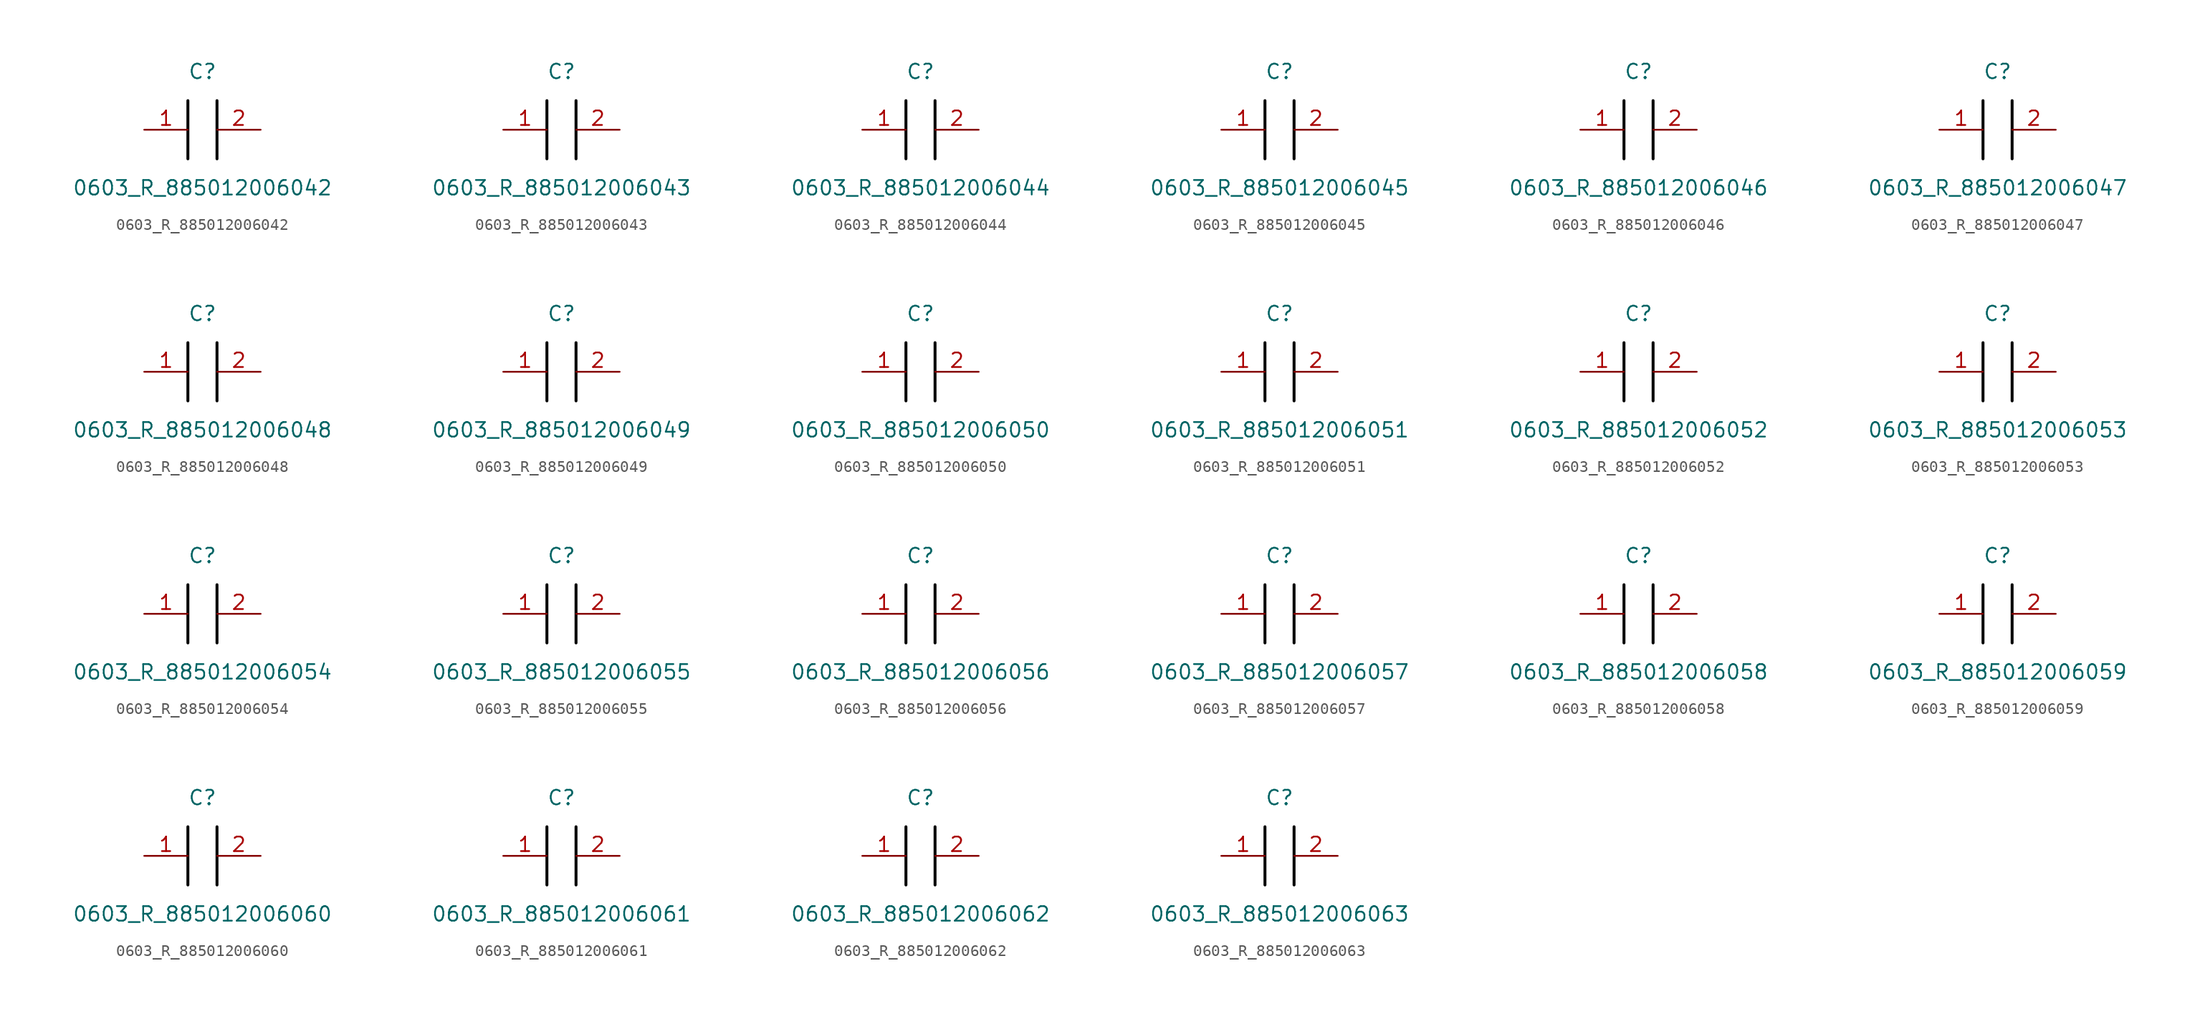
<source format=kicad_sym>
(kicad_symbol_lib
  (version 20220914)
  (generator kicad_symbol_editor)
  (symbol "0603_R_885012006042"
    (pin_names hide)
    (property "Reference" "C"
      (at 0 5.08 0)
      (effects (font (size 1.27 1.27))))
    (property "Value" "0603_R_885012006042"
      (at 0 -5.08 0)
      (effects (font (size 1.27 1.27))))
    (symbol "0603_R_885012006042_1_1"
      (polyline (pts (xy -1.27 2.54) (xy -1.27 -2.54)) (stroke (width 0.254) (type default) (color 0 0 0 1)) (fill (type none)))
      (polyline (pts (xy 1.27 2.54) (xy 1.27 -2.54)) (stroke (width 0.254) (type default) (color 0 0 0 1)) (fill (type none)))
      (pin passive line (at -5.08 0 0) (length 3.81) (name "1" (effects (font (size 1.27 1.27)))) (number "1" (effects (font (size 1.27 1.27)))))
      (pin passive line (at 5.08 0 180) (length 3.81) (name "2" (effects (font (size 1.27 1.27)))) (number "2" (effects (font (size 1.27 1.27)))))))
  (symbol "0603_R_885012006043"
    (pin_names hide)
    (property "Reference" "C"
      (at 0 5.08 0)
      (effects (font (size 1.27 1.27))))
    (property "Value" "0603_R_885012006043"
      (at 0 -5.08 0)
      (effects (font (size 1.27 1.27))))
    (symbol "0603_R_885012006043_1_1"
      (polyline (pts (xy -1.27 2.54) (xy -1.27 -2.54)) (stroke (width 0.254) (type default) (color 0 0 0 1)) (fill (type none)))
      (polyline (pts (xy 1.27 2.54) (xy 1.27 -2.54)) (stroke (width 0.254) (type default) (color 0 0 0 1)) (fill (type none)))
      (pin passive line (at -5.08 0 0) (length 3.81) (name "1" (effects (font (size 1.27 1.27)))) (number "1" (effects (font (size 1.27 1.27)))))
      (pin passive line (at 5.08 0 180) (length 3.81) (name "2" (effects (font (size 1.27 1.27)))) (number "2" (effects (font (size 1.27 1.27)))))))
  (symbol "0603_R_885012006044"
    (pin_names hide)
    (property "Reference" "C"
      (at 0 5.08 0)
      (effects (font (size 1.27 1.27))))
    (property "Value" "0603_R_885012006044"
      (at 0 -5.08 0)
      (effects (font (size 1.27 1.27))))
    (symbol "0603_R_885012006044_1_1"
      (polyline (pts (xy -1.27 2.54) (xy -1.27 -2.54)) (stroke (width 0.254) (type default) (color 0 0 0 1)) (fill (type none)))
      (polyline (pts (xy 1.27 2.54) (xy 1.27 -2.54)) (stroke (width 0.254) (type default) (color 0 0 0 1)) (fill (type none)))
      (pin passive line (at -5.08 0 0) (length 3.81) (name "1" (effects (font (size 1.27 1.27)))) (number "1" (effects (font (size 1.27 1.27)))))
      (pin passive line (at 5.08 0 180) (length 3.81) (name "2" (effects (font (size 1.27 1.27)))) (number "2" (effects (font (size 1.27 1.27)))))))
  (symbol "0603_R_885012006045"
    (pin_names hide)
    (property "Reference" "C"
      (at 0 5.08 0)
      (effects (font (size 1.27 1.27))))
    (property "Value" "0603_R_885012006045"
      (at 0 -5.08 0)
      (effects (font (size 1.27 1.27))))
    (symbol "0603_R_885012006045_1_1"
      (polyline (pts (xy -1.27 2.54) (xy -1.27 -2.54)) (stroke (width 0.254) (type default) (color 0 0 0 1)) (fill (type none)))
      (polyline (pts (xy 1.27 2.54) (xy 1.27 -2.54)) (stroke (width 0.254) (type default) (color 0 0 0 1)) (fill (type none)))
      (pin passive line (at -5.08 0 0) (length 3.81) (name "1" (effects (font (size 1.27 1.27)))) (number "1" (effects (font (size 1.27 1.27)))))
      (pin passive line (at 5.08 0 180) (length 3.81) (name "2" (effects (font (size 1.27 1.27)))) (number "2" (effects (font (size 1.27 1.27)))))))
  (symbol "0603_R_885012006046"
    (pin_names hide)
    (property "Reference" "C"
      (at 0 5.08 0)
      (effects (font (size 1.27 1.27))))
    (property "Value" "0603_R_885012006046"
      (at 0 -5.08 0)
      (effects (font (size 1.27 1.27))))
    (symbol "0603_R_885012006046_1_1"
      (polyline (pts (xy -1.27 2.54) (xy -1.27 -2.54)) (stroke (width 0.254) (type default) (color 0 0 0 1)) (fill (type none)))
      (polyline (pts (xy 1.27 2.54) (xy 1.27 -2.54)) (stroke (width 0.254) (type default) (color 0 0 0 1)) (fill (type none)))
      (pin passive line (at -5.08 0 0) (length 3.81) (name "1" (effects (font (size 1.27 1.27)))) (number "1" (effects (font (size 1.27 1.27)))))
      (pin passive line (at 5.08 0 180) (length 3.81) (name "2" (effects (font (size 1.27 1.27)))) (number "2" (effects (font (size 1.27 1.27)))))))
  (symbol "0603_R_885012006047"
    (pin_names hide)
    (property "Reference" "C"
      (at 0 5.08 0)
      (effects (font (size 1.27 1.27))))
    (property "Value" "0603_R_885012006047"
      (at 0 -5.08 0)
      (effects (font (size 1.27 1.27))))
    (symbol "0603_R_885012006047_1_1"
      (polyline (pts (xy -1.27 2.54) (xy -1.27 -2.54)) (stroke (width 0.254) (type default) (color 0 0 0 1)) (fill (type none)))
      (polyline (pts (xy 1.27 2.54) (xy 1.27 -2.54)) (stroke (width 0.254) (type default) (color 0 0 0 1)) (fill (type none)))
      (pin passive line (at -5.08 0 0) (length 3.81) (name "1" (effects (font (size 1.27 1.27)))) (number "1" (effects (font (size 1.27 1.27)))))
      (pin passive line (at 5.08 0 180) (length 3.81) (name "2" (effects (font (size 1.27 1.27)))) (number "2" (effects (font (size 1.27 1.27)))))))
  (symbol "0603_R_885012006048"
    (pin_names hide)
    (property "Reference" "C"
      (at 0 5.08 0)
      (effects (font (size 1.27 1.27))))
    (property "Value" "0603_R_885012006048"
      (at 0 -5.08 0)
      (effects (font (size 1.27 1.27))))
    (symbol "0603_R_885012006048_1_1"
      (polyline (pts (xy -1.27 2.54) (xy -1.27 -2.54)) (stroke (width 0.254) (type default) (color 0 0 0 1)) (fill (type none)))
      (polyline (pts (xy 1.27 2.54) (xy 1.27 -2.54)) (stroke (width 0.254) (type default) (color 0 0 0 1)) (fill (type none)))
      (pin passive line (at -5.08 0 0) (length 3.81) (name "1" (effects (font (size 1.27 1.27)))) (number "1" (effects (font (size 1.27 1.27)))))
      (pin passive line (at 5.08 0 180) (length 3.81) (name "2" (effects (font (size 1.27 1.27)))) (number "2" (effects (font (size 1.27 1.27)))))))
  (symbol "0603_R_885012006049"
    (pin_names hide)
    (property "Reference" "C"
      (at 0 5.08 0)
      (effects (font (size 1.27 1.27))))
    (property "Value" "0603_R_885012006049"
      (at 0 -5.08 0)
      (effects (font (size 1.27 1.27))))
    (symbol "0603_R_885012006049_1_1"
      (polyline (pts (xy -1.27 2.54) (xy -1.27 -2.54)) (stroke (width 0.254) (type default) (color 0 0 0 1)) (fill (type none)))
      (polyline (pts (xy 1.27 2.54) (xy 1.27 -2.54)) (stroke (width 0.254) (type default) (color 0 0 0 1)) (fill (type none)))
      (pin passive line (at -5.08 0 0) (length 3.81) (name "1" (effects (font (size 1.27 1.27)))) (number "1" (effects (font (size 1.27 1.27)))))
      (pin passive line (at 5.08 0 180) (length 3.81) (name "2" (effects (font (size 1.27 1.27)))) (number "2" (effects (font (size 1.27 1.27)))))))
  (symbol "0603_R_885012006050"
    (pin_names hide)
    (property "Reference" "C"
      (at 0 5.08 0)
      (effects (font (size 1.27 1.27))))
    (property "Value" "0603_R_885012006050"
      (at 0 -5.08 0)
      (effects (font (size 1.27 1.27))))
    (symbol "0603_R_885012006050_1_1"
      (polyline (pts (xy -1.27 2.54) (xy -1.27 -2.54)) (stroke (width 0.254) (type default) (color 0 0 0 1)) (fill (type none)))
      (polyline (pts (xy 1.27 2.54) (xy 1.27 -2.54)) (stroke (width 0.254) (type default) (color 0 0 0 1)) (fill (type none)))
      (pin passive line (at -5.08 0 0) (length 3.81) (name "1" (effects (font (size 1.27 1.27)))) (number "1" (effects (font (size 1.27 1.27)))))
      (pin passive line (at 5.08 0 180) (length 3.81) (name "2" (effects (font (size 1.27 1.27)))) (number "2" (effects (font (size 1.27 1.27)))))))
  (symbol "0603_R_885012006051"
    (pin_names hide)
    (property "Reference" "C"
      (at 0 5.08 0)
      (effects (font (size 1.27 1.27))))
    (property "Value" "0603_R_885012006051"
      (at 0 -5.08 0)
      (effects (font (size 1.27 1.27))))
    (symbol "0603_R_885012006051_1_1"
      (polyline (pts (xy -1.27 2.54) (xy -1.27 -2.54)) (stroke (width 0.254) (type default) (color 0 0 0 1)) (fill (type none)))
      (polyline (pts (xy 1.27 2.54) (xy 1.27 -2.54)) (stroke (width 0.254) (type default) (color 0 0 0 1)) (fill (type none)))
      (pin passive line (at -5.08 0 0) (length 3.81) (name "1" (effects (font (size 1.27 1.27)))) (number "1" (effects (font (size 1.27 1.27)))))
      (pin passive line (at 5.08 0 180) (length 3.81) (name "2" (effects (font (size 1.27 1.27)))) (number "2" (effects (font (size 1.27 1.27)))))))
  (symbol "0603_R_885012006052"
    (pin_names hide)
    (property "Reference" "C"
      (at 0 5.08 0)
      (effects (font (size 1.27 1.27))))
    (property "Value" "0603_R_885012006052"
      (at 0 -5.08 0)
      (effects (font (size 1.27 1.27))))
    (symbol "0603_R_885012006052_1_1"
      (polyline (pts (xy -1.27 2.54) (xy -1.27 -2.54)) (stroke (width 0.254) (type default) (color 0 0 0 1)) (fill (type none)))
      (polyline (pts (xy 1.27 2.54) (xy 1.27 -2.54)) (stroke (width 0.254) (type default) (color 0 0 0 1)) (fill (type none)))
      (pin passive line (at -5.08 0 0) (length 3.81) (name "1" (effects (font (size 1.27 1.27)))) (number "1" (effects (font (size 1.27 1.27)))))
      (pin passive line (at 5.08 0 180) (length 3.81) (name "2" (effects (font (size 1.27 1.27)))) (number "2" (effects (font (size 1.27 1.27)))))))
  (symbol "0603_R_885012006053"
    (pin_names hide)
    (property "Reference" "C"
      (at 0 5.08 0)
      (effects (font (size 1.27 1.27))))
    (property "Value" "0603_R_885012006053"
      (at 0 -5.08 0)
      (effects (font (size 1.27 1.27))))
    (symbol "0603_R_885012006053_1_1"
      (polyline (pts (xy -1.27 2.54) (xy -1.27 -2.54)) (stroke (width 0.254) (type default) (color 0 0 0 1)) (fill (type none)))
      (polyline (pts (xy 1.27 2.54) (xy 1.27 -2.54)) (stroke (width 0.254) (type default) (color 0 0 0 1)) (fill (type none)))
      (pin passive line (at -5.08 0 0) (length 3.81) (name "1" (effects (font (size 1.27 1.27)))) (number "1" (effects (font (size 1.27 1.27)))))
      (pin passive line (at 5.08 0 180) (length 3.81) (name "2" (effects (font (size 1.27 1.27)))) (number "2" (effects (font (size 1.27 1.27)))))))
  (symbol "0603_R_885012006054"
    (pin_names hide)
    (property "Reference" "C"
      (at 0 5.08 0)
      (effects (font (size 1.27 1.27))))
    (property "Value" "0603_R_885012006054"
      (at 0 -5.08 0)
      (effects (font (size 1.27 1.27))))
    (symbol "0603_R_885012006054_1_1"
      (polyline (pts (xy -1.27 2.54) (xy -1.27 -2.54)) (stroke (width 0.254) (type default) (color 0 0 0 1)) (fill (type none)))
      (polyline (pts (xy 1.27 2.54) (xy 1.27 -2.54)) (stroke (width 0.254) (type default) (color 0 0 0 1)) (fill (type none)))
      (pin passive line (at -5.08 0 0) (length 3.81) (name "1" (effects (font (size 1.27 1.27)))) (number "1" (effects (font (size 1.27 1.27)))))
      (pin passive line (at 5.08 0 180) (length 3.81) (name "2" (effects (font (size 1.27 1.27)))) (number "2" (effects (font (size 1.27 1.27)))))))
  (symbol "0603_R_885012006055"
    (pin_names hide)
    (property "Reference" "C"
      (at 0 5.08 0)
      (effects (font (size 1.27 1.27))))
    (property "Value" "0603_R_885012006055"
      (at 0 -5.08 0)
      (effects (font (size 1.27 1.27))))
    (symbol "0603_R_885012006055_1_1"
      (polyline (pts (xy -1.27 2.54) (xy -1.27 -2.54)) (stroke (width 0.254) (type default) (color 0 0 0 1)) (fill (type none)))
      (polyline (pts (xy 1.27 2.54) (xy 1.27 -2.54)) (stroke (width 0.254) (type default) (color 0 0 0 1)) (fill (type none)))
      (pin passive line (at -5.08 0 0) (length 3.81) (name "1" (effects (font (size 1.27 1.27)))) (number "1" (effects (font (size 1.27 1.27)))))
      (pin passive line (at 5.08 0 180) (length 3.81) (name "2" (effects (font (size 1.27 1.27)))) (number "2" (effects (font (size 1.27 1.27)))))))
  (symbol "0603_R_885012006056"
    (pin_names hide)
    (property "Reference" "C"
      (at 0 5.08 0)
      (effects (font (size 1.27 1.27))))
    (property "Value" "0603_R_885012006056"
      (at 0 -5.08 0)
      (effects (font (size 1.27 1.27))))
    (symbol "0603_R_885012006056_1_1"
      (polyline (pts (xy -1.27 2.54) (xy -1.27 -2.54)) (stroke (width 0.254) (type default) (color 0 0 0 1)) (fill (type none)))
      (polyline (pts (xy 1.27 2.54) (xy 1.27 -2.54)) (stroke (width 0.254) (type default) (color 0 0 0 1)) (fill (type none)))
      (pin passive line (at -5.08 0 0) (length 3.81) (name "1" (effects (font (size 1.27 1.27)))) (number "1" (effects (font (size 1.27 1.27)))))
      (pin passive line (at 5.08 0 180) (length 3.81) (name "2" (effects (font (size 1.27 1.27)))) (number "2" (effects (font (size 1.27 1.27)))))))
  (symbol "0603_R_885012006057"
    (pin_names hide)
    (property "Reference" "C"
      (at 0 5.08 0)
      (effects (font (size 1.27 1.27))))
    (property "Value" "0603_R_885012006057"
      (at 0 -5.08 0)
      (effects (font (size 1.27 1.27))))
    (symbol "0603_R_885012006057_1_1"
      (polyline (pts (xy -1.27 2.54) (xy -1.27 -2.54)) (stroke (width 0.254) (type default) (color 0 0 0 1)) (fill (type none)))
      (polyline (pts (xy 1.27 2.54) (xy 1.27 -2.54)) (stroke (width 0.254) (type default) (color 0 0 0 1)) (fill (type none)))
      (pin passive line (at -5.08 0 0) (length 3.81) (name "1" (effects (font (size 1.27 1.27)))) (number "1" (effects (font (size 1.27 1.27)))))
      (pin passive line (at 5.08 0 180) (length 3.81) (name "2" (effects (font (size 1.27 1.27)))) (number "2" (effects (font (size 1.27 1.27)))))))
  (symbol "0603_R_885012006058"
    (pin_names hide)
    (property "Reference" "C"
      (at 0 5.08 0)
      (effects (font (size 1.27 1.27))))
    (property "Value" "0603_R_885012006058"
      (at 0 -5.08 0)
      (effects (font (size 1.27 1.27))))
    (symbol "0603_R_885012006058_1_1"
      (polyline (pts (xy -1.27 2.54) (xy -1.27 -2.54)) (stroke (width 0.254) (type default) (color 0 0 0 1)) (fill (type none)))
      (polyline (pts (xy 1.27 2.54) (xy 1.27 -2.54)) (stroke (width 0.254) (type default) (color 0 0 0 1)) (fill (type none)))
      (pin passive line (at -5.08 0 0) (length 3.81) (name "1" (effects (font (size 1.27 1.27)))) (number "1" (effects (font (size 1.27 1.27)))))
      (pin passive line (at 5.08 0 180) (length 3.81) (name "2" (effects (font (size 1.27 1.27)))) (number "2" (effects (font (size 1.27 1.27)))))))
  (symbol "0603_R_885012006059"
    (pin_names hide)
    (property "Reference" "C"
      (at 0 5.08 0)
      (effects (font (size 1.27 1.27))))
    (property "Value" "0603_R_885012006059"
      (at 0 -5.08 0)
      (effects (font (size 1.27 1.27))))
    (symbol "0603_R_885012006059_1_1"
      (polyline (pts (xy -1.27 2.54) (xy -1.27 -2.54)) (stroke (width 0.254) (type default) (color 0 0 0 1)) (fill (type none)))
      (polyline (pts (xy 1.27 2.54) (xy 1.27 -2.54)) (stroke (width 0.254) (type default) (color 0 0 0 1)) (fill (type none)))
      (pin passive line (at -5.08 0 0) (length 3.81) (name "1" (effects (font (size 1.27 1.27)))) (number "1" (effects (font (size 1.27 1.27)))))
      (pin passive line (at 5.08 0 180) (length 3.81) (name "2" (effects (font (size 1.27 1.27)))) (number "2" (effects (font (size 1.27 1.27)))))))
  (symbol "0603_R_885012006060"
    (pin_names hide)
    (property "Reference" "C"
      (at 0 5.08 0)
      (effects (font (size 1.27 1.27))))
    (property "Value" "0603_R_885012006060"
      (at 0 -5.08 0)
      (effects (font (size 1.27 1.27))))
    (symbol "0603_R_885012006060_1_1"
      (polyline (pts (xy -1.27 2.54) (xy -1.27 -2.54)) (stroke (width 0.254) (type default) (color 0 0 0 1)) (fill (type none)))
      (polyline (pts (xy 1.27 2.54) (xy 1.27 -2.54)) (stroke (width 0.254) (type default) (color 0 0 0 1)) (fill (type none)))
      (pin passive line (at -5.08 0 0) (length 3.81) (name "1" (effects (font (size 1.27 1.27)))) (number "1" (effects (font (size 1.27 1.27)))))
      (pin passive line (at 5.08 0 180) (length 3.81) (name "2" (effects (font (size 1.27 1.27)))) (number "2" (effects (font (size 1.27 1.27)))))))
  (symbol "0603_R_885012006061"
    (pin_names hide)
    (property "Reference" "C"
      (at 0 5.08 0)
      (effects (font (size 1.27 1.27))))
    (property "Value" "0603_R_885012006061"
      (at 0 -5.08 0)
      (effects (font (size 1.27 1.27))))
    (symbol "0603_R_885012006061_1_1"
      (polyline (pts (xy -1.27 2.54) (xy -1.27 -2.54)) (stroke (width 0.254) (type default) (color 0 0 0 1)) (fill (type none)))
      (polyline (pts (xy 1.27 2.54) (xy 1.27 -2.54)) (stroke (width 0.254) (type default) (color 0 0 0 1)) (fill (type none)))
      (pin passive line (at -5.08 0 0) (length 3.81) (name "1" (effects (font (size 1.27 1.27)))) (number "1" (effects (font (size 1.27 1.27)))))
      (pin passive line (at 5.08 0 180) (length 3.81) (name "2" (effects (font (size 1.27 1.27)))) (number "2" (effects (font (size 1.27 1.27)))))))
  (symbol "0603_R_885012006062"
    (pin_names hide)
    (property "Reference" "C"
      (at 0 5.08 0)
      (effects (font (size 1.27 1.27))))
    (property "Value" "0603_R_885012006062"
      (at 0 -5.08 0)
      (effects (font (size 1.27 1.27))))
    (symbol "0603_R_885012006062_1_1"
      (polyline (pts (xy -1.27 2.54) (xy -1.27 -2.54)) (stroke (width 0.254) (type default) (color 0 0 0 1)) (fill (type none)))
      (polyline (pts (xy 1.27 2.54) (xy 1.27 -2.54)) (stroke (width 0.254) (type default) (color 0 0 0 1)) (fill (type none)))
      (pin passive line (at -5.08 0 0) (length 3.81) (name "1" (effects (font (size 1.27 1.27)))) (number "1" (effects (font (size 1.27 1.27)))))
      (pin passive line (at 5.08 0 180) (length 3.81) (name "2" (effects (font (size 1.27 1.27)))) (number "2" (effects (font (size 1.27 1.27)))))))
  (symbol "0603_R_885012006063"
    (pin_names hide)
    (property "Reference" "C"
      (at 0 5.08 0)
      (effects (font (size 1.27 1.27))))
    (property "Value" "0603_R_885012006063"
      (at 0 -5.08 0)
      (effects (font (size 1.27 1.27))))
    (symbol "0603_R_885012006063_1_1"
      (polyline (pts (xy -1.27 2.54) (xy -1.27 -2.54)) (stroke (width 0.254) (type default) (color 0 0 0 1)) (fill (type none)))
      (polyline (pts (xy 1.27 2.54) (xy 1.27 -2.54)) (stroke (width 0.254) (type default) (color 0 0 0 1)) (fill (type none)))
      (pin passive line (at -5.08 0 0) (length 3.81) (name "1" (effects (font (size 1.27 1.27)))) (number "1" (effects (font (size 1.27 1.27)))))
      (pin passive line (at 5.08 0 180) (length 3.81) (name "2" (effects (font (size 1.27 1.27)))) (number "2" (effects (font (size 1.27 1.27))))))))
</source>
